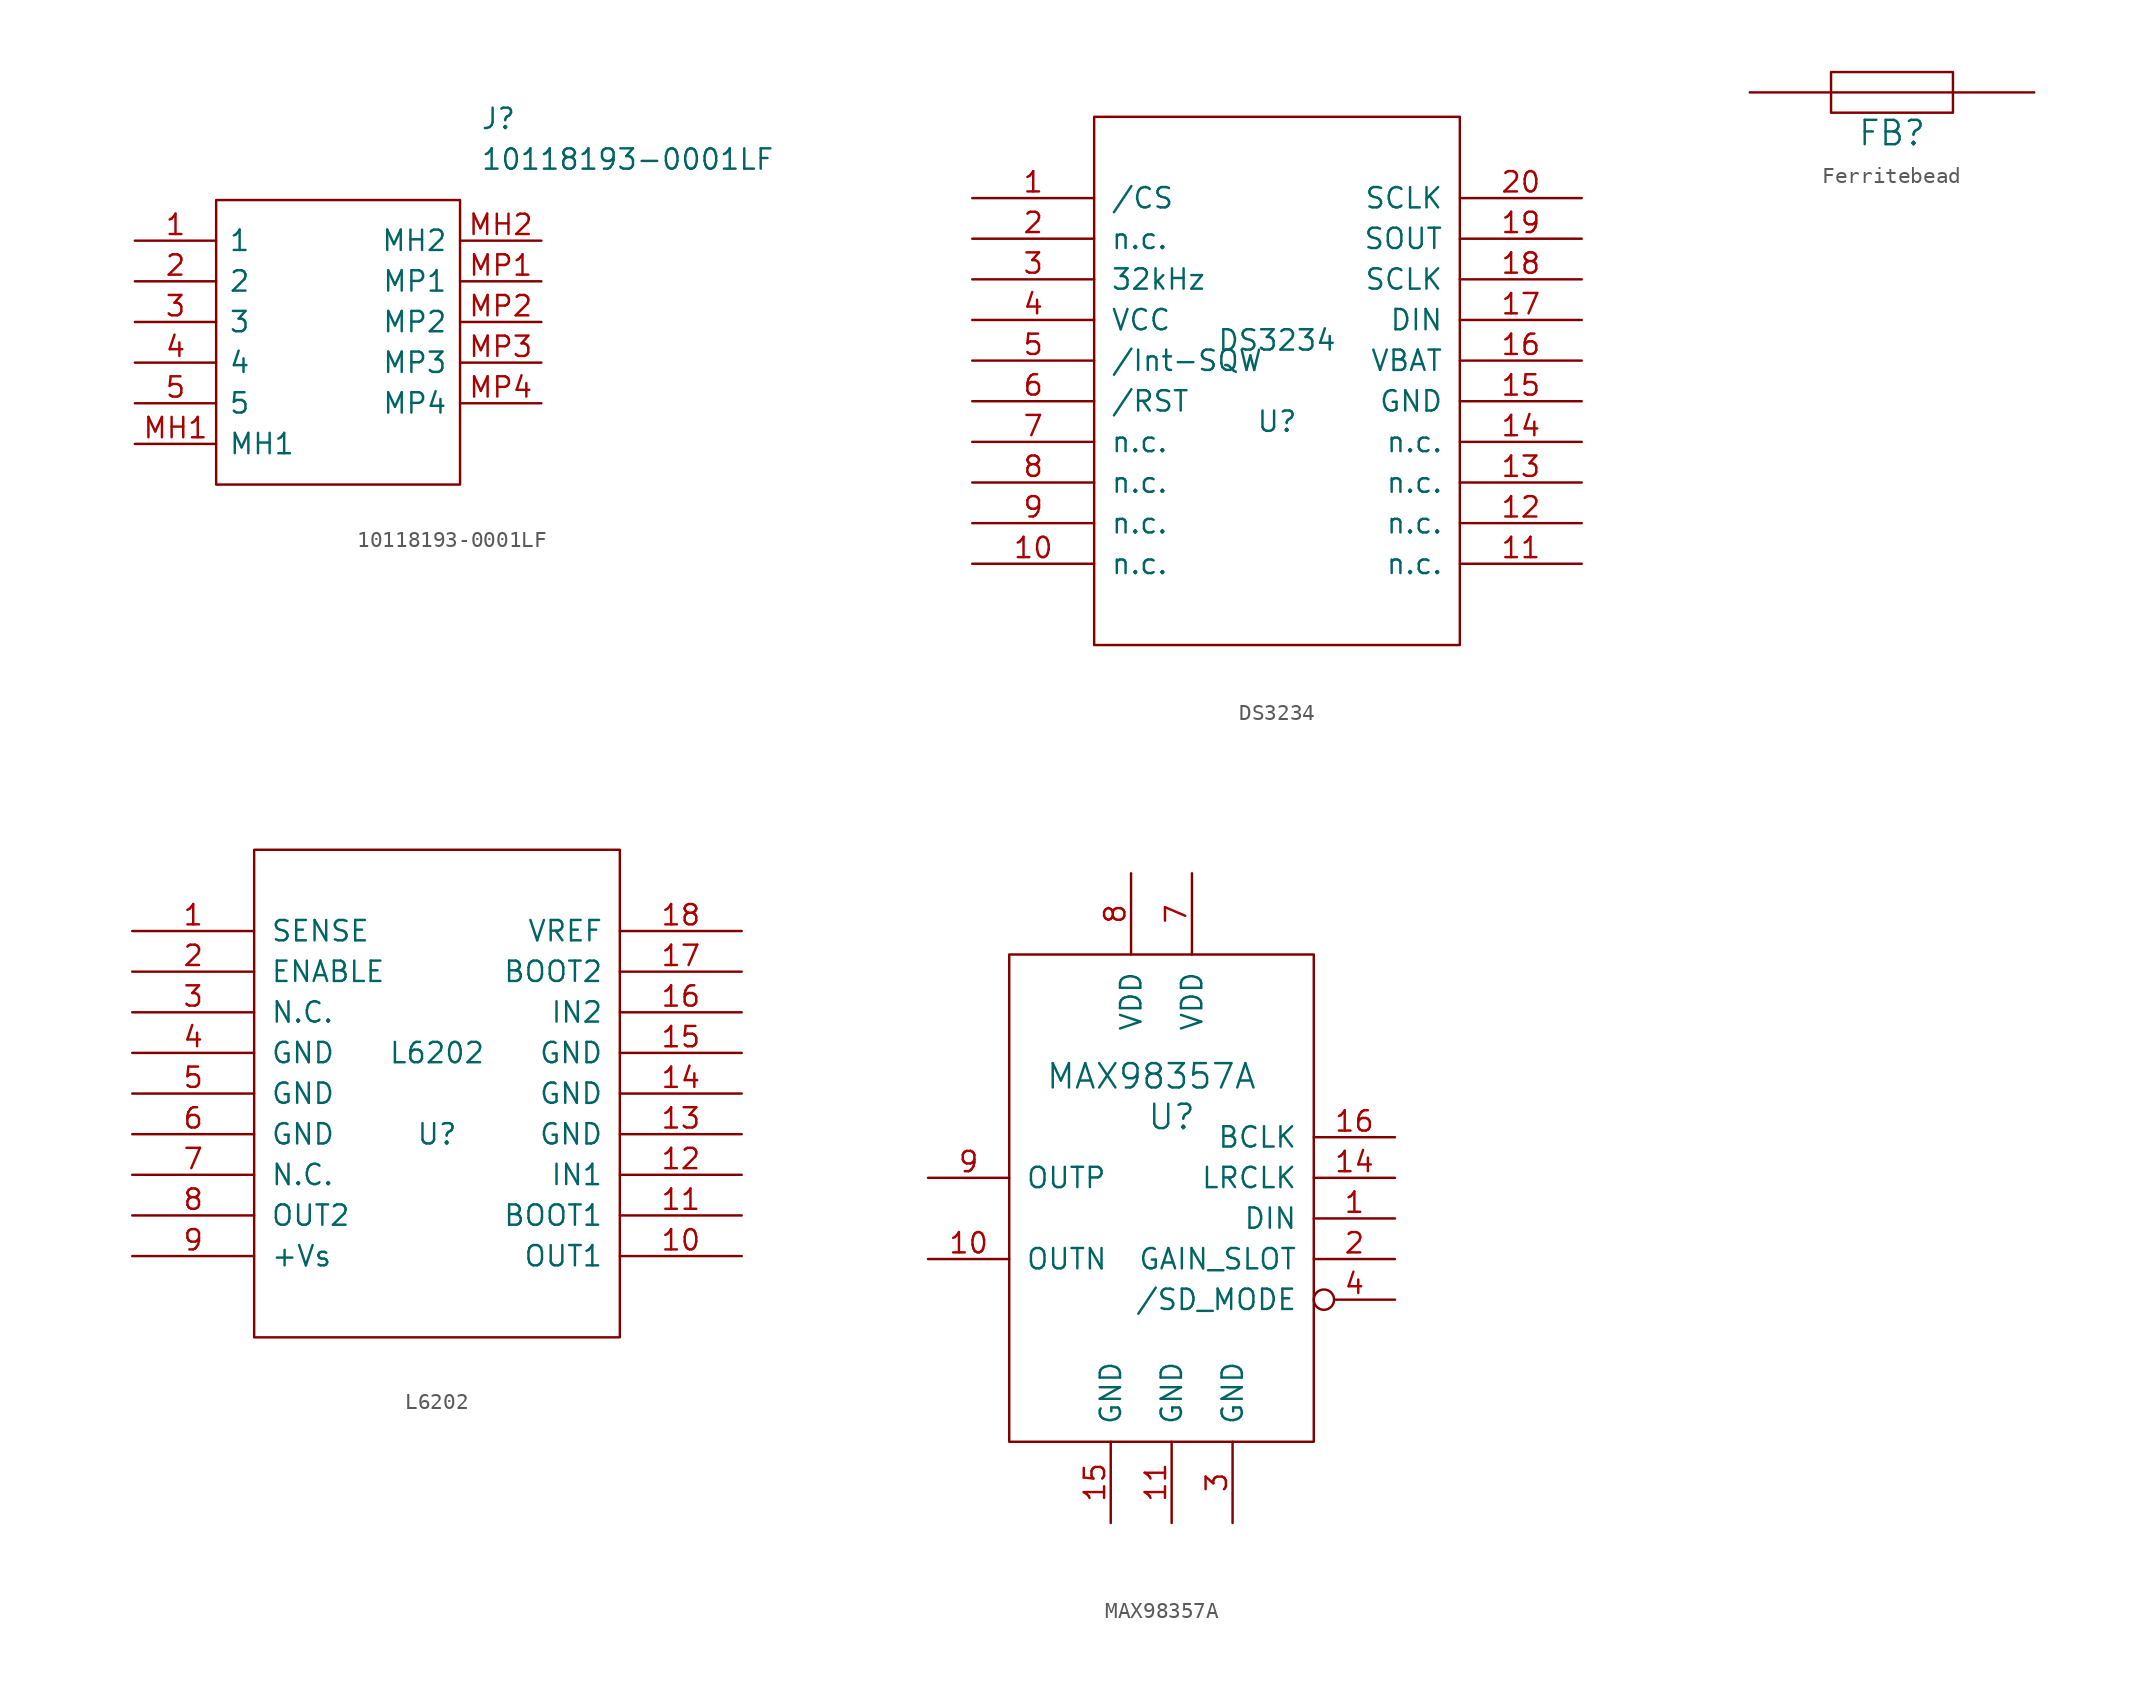
<source format=kicad_sym>
(kicad_symbol_lib
  (version 20220914)
  (generator kicad_symbol_editor)
  (symbol "10118193-0001LF"
    (pin_names
      (offset 0.762))
    (property "Reference" "J"
      (at 21.59 7.62 0)
      (effects (font (size 1.27 1.27)) (justify left)))
    (property "Value" "10118193-0001LF"
      (at 21.59 5.08 0)
      (effects (font (size 1.27 1.27)) (justify left)))
    (symbol "10118193-0001LF_0_0"
      (pin passive line (at 0 0 0) (length 5.08) (name "1" (effects (font (size 1.27 1.27)))) (number "1" (effects (font (size 1.27 1.27)))))
      (pin passive line (at 0 -2.54 0) (length 5.08) (name "2" (effects (font (size 1.27 1.27)))) (number "2" (effects (font (size 1.27 1.27)))))
      (pin passive line (at 0 -5.08 0) (length 5.08) (name "3" (effects (font (size 1.27 1.27)))) (number "3" (effects (font (size 1.27 1.27)))))
      (pin passive line (at 0 -7.62 0) (length 5.08) (name "4" (effects (font (size 1.27 1.27)))) (number "4" (effects (font (size 1.27 1.27)))))
      (pin passive line (at 0 -10.16 0) (length 5.08) (name "5" (effects (font (size 1.27 1.27)))) (number "5" (effects (font (size 1.27 1.27)))))
      (pin passive line (at 0 -12.7 0) (length 5.08) (name "MH1" (effects (font (size 1.27 1.27)))) (number "MH1" (effects (font (size 1.27 1.27)))))
      (pin passive line (at 25.4 0 180) (length 5.08) (name "MH2" (effects (font (size 1.27 1.27)))) (number "MH2" (effects (font (size 1.27 1.27)))))
      (pin passive line (at 25.4 -2.54 180) (length 5.08) (name "MP1" (effects (font (size 1.27 1.27)))) (number "MP1" (effects (font (size 1.27 1.27)))))
      (pin passive line (at 25.4 -5.08 180) (length 5.08) (name "MP2" (effects (font (size 1.27 1.27)))) (number "MP2" (effects (font (size 1.27 1.27)))))
      (pin passive line (at 25.4 -7.62 180) (length 5.08) (name "MP3" (effects (font (size 1.27 1.27)))) (number "MP3" (effects (font (size 1.27 1.27)))))
      (pin passive line (at 25.4 -10.16 180) (length 5.08) (name "MP4" (effects (font (size 1.27 1.27)))) (number "MP4" (effects (font (size 1.27 1.27))))))
    (symbol "10118193-0001LF_0_1"
      (polyline (pts (xy 5.08 2.54) (xy 20.32 2.54) (xy 20.32 -15.24) (xy 5.08 -15.24) (xy 5.08 2.54)) (stroke (width 0.152) (type default)) (fill (type none)))))
  (symbol "DS3234"
    (pin_names
      (offset 1.016))
    (property "Reference" "U"
      (at 0 -2.54 0)
      (effects (font (size 1.27 1.27))))
    (property "Value" "DS3234"
      (at 0 2.54 0)
      (effects (font (size 1.27 1.27))))
    (symbol "DS3234_1_0"
      (rectangle (start -11.43 -16.51) (end 11.43 16.51) (stroke (width 0) (type default)) (fill (type none))))
    (symbol "DS3234_1_1"
      (pin input line (at -19.05 11.43 0) (length 7.62) (name "/CS" (effects (font (size 1.27 1.27)))) (number "1" (effects (font (size 1.27 1.27)))))
      (pin input line (at -19.05 -11.43 0) (length 7.62) (name "n.c." (effects (font (size 1.27 1.27)))) (number "10" (effects (font (size 1.27 1.27)))))
      (pin input line (at 19.05 -11.43 180) (length 7.62) (name "n.c." (effects (font (size 1.27 1.27)))) (number "11" (effects (font (size 1.27 1.27)))))
      (pin input line (at 19.05 -8.89 180) (length 7.62) (name "n.c." (effects (font (size 1.27 1.27)))) (number "12" (effects (font (size 1.27 1.27)))))
      (pin input line (at 19.05 -6.35 180) (length 7.62) (name "n.c." (effects (font (size 1.27 1.27)))) (number "13" (effects (font (size 1.27 1.27)))))
      (pin input line (at 19.05 -3.81 180) (length 7.62) (name "n.c." (effects (font (size 1.27 1.27)))) (number "14" (effects (font (size 1.27 1.27)))))
      (pin input line (at 19.05 -1.27 180) (length 7.62) (name "GND" (effects (font (size 1.27 1.27)))) (number "15" (effects (font (size 1.27 1.27)))))
      (pin input line (at 19.05 1.27 180) (length 7.62) (name "VBAT" (effects (font (size 1.27 1.27)))) (number "16" (effects (font (size 1.27 1.27)))))
      (pin input line (at 19.05 3.81 180) (length 7.62) (name "DIN" (effects (font (size 1.27 1.27)))) (number "17" (effects (font (size 1.27 1.27)))))
      (pin input line (at 19.05 6.35 180) (length 7.62) (name "SCLK" (effects (font (size 1.27 1.27)))) (number "18" (effects (font (size 1.27 1.27)))))
      (pin input line (at 19.05 8.89 180) (length 7.62) (name "SOUT" (effects (font (size 1.27 1.27)))) (number "19" (effects (font (size 1.27 1.27)))))
      (pin input line (at -19.05 8.89 0) (length 7.62) (name "n.c." (effects (font (size 1.27 1.27)))) (number "2" (effects (font (size 1.27 1.27)))))
      (pin input line (at 19.05 11.43 180) (length 7.62) (name "SCLK" (effects (font (size 1.27 1.27)))) (number "20" (effects (font (size 1.27 1.27)))))
      (pin input line (at -19.05 6.35 0) (length 7.62) (name "32kHz" (effects (font (size 1.27 1.27)))) (number "3" (effects (font (size 1.27 1.27)))))
      (pin input line (at -19.05 3.81 0) (length 7.62) (name "VCC" (effects (font (size 1.27 1.27)))) (number "4" (effects (font (size 1.27 1.27)))))
      (pin input line (at -19.05 1.27 0) (length 7.62) (name "/Int-SQW" (effects (font (size 1.27 1.27)))) (number "5" (effects (font (size 1.27 1.27)))))
      (pin input line (at -19.05 -1.27 0) (length 7.62) (name "/RST" (effects (font (size 1.27 1.27)))) (number "6" (effects (font (size 1.27 1.27)))))
      (pin input line (at -19.05 -3.81 0) (length 7.62) (name "n.c." (effects (font (size 1.27 1.27)))) (number "7" (effects (font (size 1.27 1.27)))))
      (pin input line (at -19.05 -6.35 0) (length 7.62) (name "n.c." (effects (font (size 1.27 1.27)))) (number "8" (effects (font (size 1.27 1.27)))))
      (pin input line (at -19.05 -8.89 0) (length 7.62) (name "n.c." (effects (font (size 1.27 1.27)))) (number "9" (effects (font (size 1.27 1.27)))))))
  (symbol "Ferritebead"
    (pin_numbers hide)
    (pin_names
      (offset 0) hide)
    (property "Reference" "FB"
      (at 0 -2.54 0)
      (effects (font (size 1.524 1.524))))
    (symbol "Ferritebead_0_1"
      (rectangle (start -3.81 1.27) (end 3.81 -1.27) (stroke (width 0) (type default)) (fill (type none)))
      (polyline (pts (xy -3.81 0) (xy 3.81 0)) (stroke (width 0) (type default)) (fill (type none))))
    (symbol "Ferritebead_1_1"
      (pin passive line (at 8.89 0 180) (length 5.08) (name "1" (effects (font (size 1.27 1.27)))) (number "1" (effects (font (size 1.27 1.27)))))
      (pin passive line (at -8.89 0 0) (length 5.08) (name "2" (effects (font (size 1.27 1.27)))) (number "2" (effects (font (size 1.27 1.27)))))))
  (symbol "L6202"
    (pin_names
      (offset 1.016))
    (property "Reference" "U"
      (at 0 -2.54 0)
      (effects (font (size 1.27 1.27))))
    (property "Value" "L6202"
      (at 0 2.54 0)
      (effects (font (size 1.27 1.27))))
    (symbol "L6202_0_0"
      (rectangle (start -11.43 -15.24) (end 11.43 15.24) (stroke (width 0) (type default)) (fill (type none))))
    (symbol "L6202_1_1"
      (pin input line (at -19.05 10.16 0) (length 7.62) (name "SENSE" (effects (font (size 1.27 1.27)))) (number "1" (effects (font (size 1.27 1.27)))))
      (pin output line (at 19.05 -10.16 180) (length 7.62) (name "OUT1" (effects (font (size 1.27 1.27)))) (number "10" (effects (font (size 1.27 1.27)))))
      (pin bidirectional line (at 19.05 -7.62 180) (length 7.62) (name "BOOT1" (effects (font (size 1.27 1.27)))) (number "11" (effects (font (size 1.27 1.27)))))
      (pin input line (at 19.05 -5.08 180) (length 7.62) (name "IN1" (effects (font (size 1.27 1.27)))) (number "12" (effects (font (size 1.27 1.27)))))
      (pin power_in line (at 19.05 -2.54 180) (length 7.62) (name "GND" (effects (font (size 1.27 1.27)))) (number "13" (effects (font (size 1.27 1.27)))))
      (pin power_in line (at 19.05 0 180) (length 7.62) (name "GND" (effects (font (size 1.27 1.27)))) (number "14" (effects (font (size 1.27 1.27)))))
      (pin power_in line (at 19.05 2.54 180) (length 7.62) (name "GND" (effects (font (size 1.27 1.27)))) (number "15" (effects (font (size 1.27 1.27)))))
      (pin input line (at 19.05 5.08 180) (length 7.62) (name "IN2" (effects (font (size 1.27 1.27)))) (number "16" (effects (font (size 1.27 1.27)))))
      (pin bidirectional line (at 19.05 7.62 180) (length 7.62) (name "BOOT2" (effects (font (size 1.27 1.27)))) (number "17" (effects (font (size 1.27 1.27)))))
      (pin input line (at 19.05 10.16 180) (length 7.62) (name "VREF" (effects (font (size 1.27 1.27)))) (number "18" (effects (font (size 1.27 1.27)))))
      (pin input line (at -19.05 7.62 0) (length 7.62) (name "ENABLE" (effects (font (size 1.27 1.27)))) (number "2" (effects (font (size 1.27 1.27)))))
      (pin passive line (at -19.05 5.08 0) (length 7.62) (name "N.C." (effects (font (size 1.27 1.27)))) (number "3" (effects (font (size 1.27 1.27)))))
      (pin power_in line (at -19.05 2.54 0) (length 7.62) (name "GND" (effects (font (size 1.27 1.27)))) (number "4" (effects (font (size 1.27 1.27)))))
      (pin power_in line (at -19.05 0 0) (length 7.62) (name "GND" (effects (font (size 1.27 1.27)))) (number "5" (effects (font (size 1.27 1.27)))))
      (pin power_in line (at -19.05 -2.54 0) (length 7.62) (name "GND" (effects (font (size 1.27 1.27)))) (number "6" (effects (font (size 1.27 1.27)))))
      (pin passive line (at -19.05 -5.08 0) (length 7.62) (name "N.C." (effects (font (size 1.27 1.27)))) (number "7" (effects (font (size 1.27 1.27)))))
      (pin output line (at -19.05 -7.62 0) (length 7.62) (name "OUT2" (effects (font (size 1.27 1.27)))) (number "8" (effects (font (size 1.27 1.27)))))
      (pin power_in line (at -19.05 -10.16 0) (length 7.62) (name "+Vs" (effects (font (size 1.27 1.27)))) (number "9" (effects (font (size 1.27 1.27)))))))
  (symbol "MAX98357A"
    (pin_names
      (offset 1.016))
    (property "Reference" "U"
      (at -17.78 -7.62 0)
      (effects (font (size 1.524 1.524))))
    (property "Value" "MAX98357A"
      (at -19.05 -5.08 0)
      (effects (font (size 1.524 1.524))))
    (symbol "MAX98357A_0_1"
      (rectangle (start -27.94 2.54) (end -8.89 -27.94) (stroke (width 0) (type default)) (fill (type none))))
    (symbol "MAX98357A_1_1"
      (pin input line (at -3.81 -13.97 180) (length 5.08) (name "DIN" (effects (font (size 1.27 1.27)))) (number "1" (effects (font (size 1.27 1.27)))))
      (pin output line (at -33.02 -16.51 0) (length 5.08) (name "OUTN" (effects (font (size 1.27 1.27)))) (number "10" (effects (font (size 1.27 1.27)))))
      (pin power_in line (at -17.78 -33.02 90) (length 5.08) (name "GND" (effects (font (size 1.27 1.27)))) (number "11" (effects (font (size 1.27 1.27)))))
      (pin no_connect line (at -3.81 -3.81 180) (length 5.08) hide (name "NC" (effects (font (size 1.27 1.27)))) (number "12" (effects (font (size 1.27 1.27)))))
      (pin no_connect line (at -3.81 -6.35 180) (length 5.08) hide (name "NC" (effects (font (size 1.27 1.27)))) (number "13" (effects (font (size 1.27 1.27)))))
      (pin input line (at -3.81 -11.43 180) (length 5.08) (name "LRCLK" (effects (font (size 1.27 1.27)))) (number "14" (effects (font (size 1.27 1.27)))))
      (pin power_in line (at -21.59 -33.02 90) (length 5.08) (name "GND" (effects (font (size 1.27 1.27)))) (number "15" (effects (font (size 1.27 1.27)))))
      (pin input line (at -3.81 -8.89 180) (length 5.08) (name "BCLK" (effects (font (size 1.27 1.27)))) (number "16" (effects (font (size 1.27 1.27)))))
      (pin input line (at -3.81 -16.51 180) (length 5.08) (name "GAIN_SLOT" (effects (font (size 1.27 1.27)))) (number "2" (effects (font (size 1.27 1.27)))))
      (pin power_in line (at -13.97 -33.02 90) (length 5.08) (name "GND" (effects (font (size 1.27 1.27)))) (number "3" (effects (font (size 1.27 1.27)))))
      (pin input inverted (at -3.81 -19.05 180) (length 5.08) (name "/SD_MODE" (effects (font (size 1.27 1.27)))) (number "4" (effects (font (size 1.27 1.27)))))
      (pin no_connect line (at -3.81 -1.27 180) (length 5.08) hide (name "NC" (effects (font (size 1.27 1.27)))) (number "5" (effects (font (size 1.27 1.27)))))
      (pin no_connect line (at -3.81 1.27 180) (length 5.08) hide (name "NC" (effects (font (size 1.27 1.27)))) (number "6" (effects (font (size 1.27 1.27)))))
      (pin power_in line (at -16.51 7.62 270) (length 5.08) (name "VDD" (effects (font (size 1.27 1.27)))) (number "7" (effects (font (size 1.27 1.27)))))
      (pin power_in line (at -20.32 7.62 270) (length 5.08) (name "VDD" (effects (font (size 1.27 1.27)))) (number "8" (effects (font (size 1.27 1.27)))))
      (pin output line (at -33.02 -11.43 0) (length 5.08) (name "OUTP" (effects (font (size 1.27 1.27)))) (number "9" (effects (font (size 1.27 1.27))))))))
</source>
